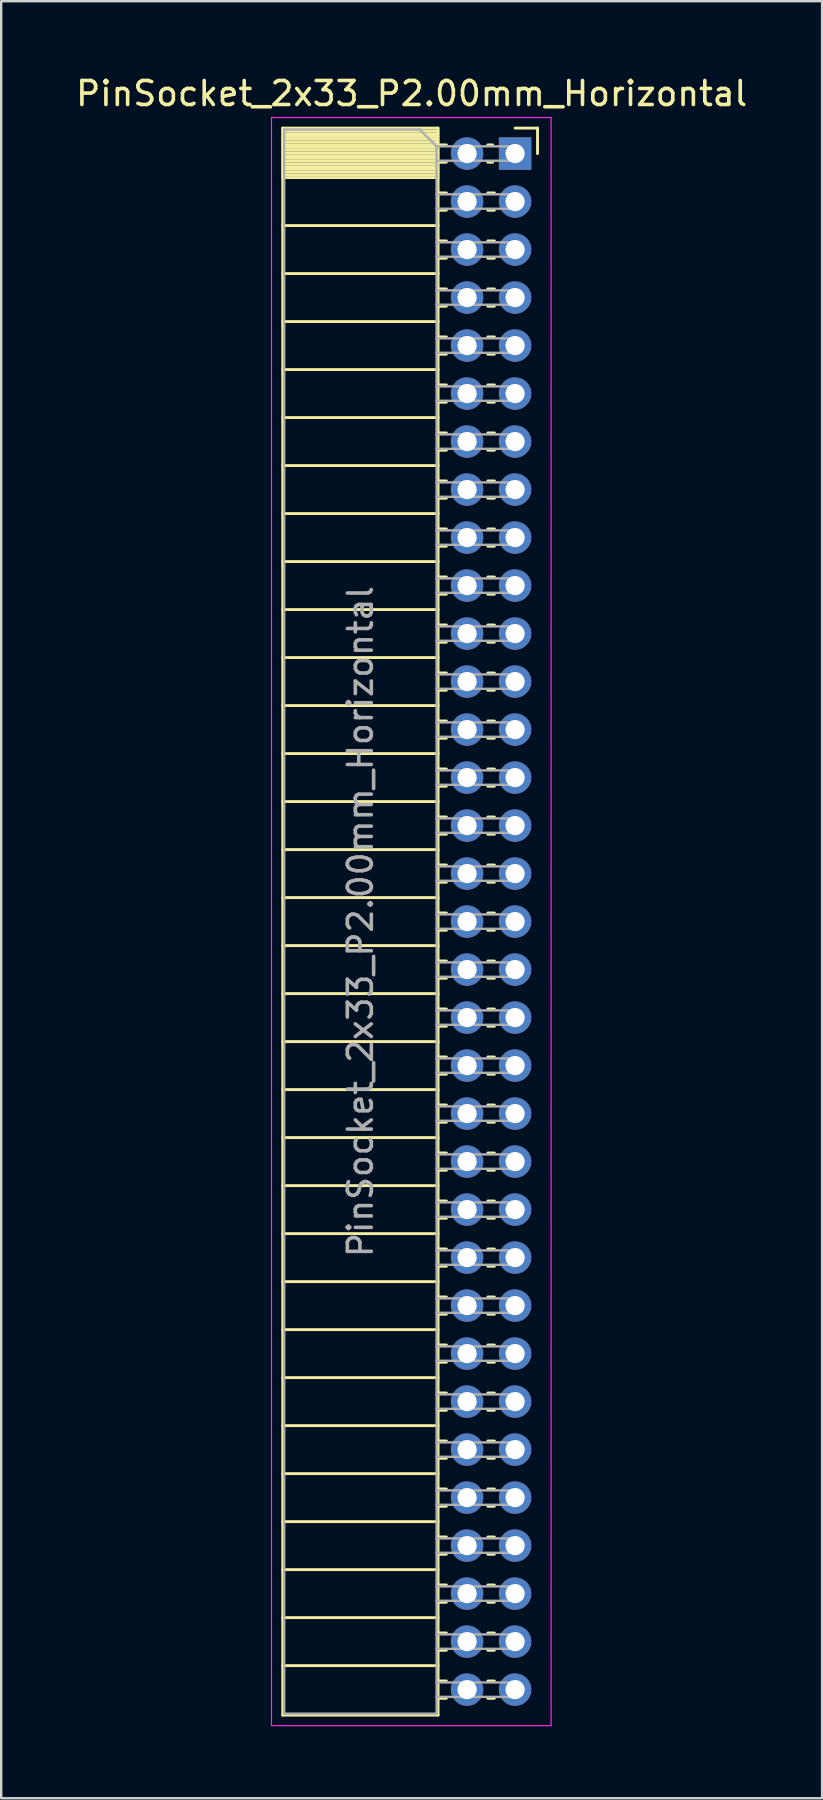
<source format=kicad_pcb>
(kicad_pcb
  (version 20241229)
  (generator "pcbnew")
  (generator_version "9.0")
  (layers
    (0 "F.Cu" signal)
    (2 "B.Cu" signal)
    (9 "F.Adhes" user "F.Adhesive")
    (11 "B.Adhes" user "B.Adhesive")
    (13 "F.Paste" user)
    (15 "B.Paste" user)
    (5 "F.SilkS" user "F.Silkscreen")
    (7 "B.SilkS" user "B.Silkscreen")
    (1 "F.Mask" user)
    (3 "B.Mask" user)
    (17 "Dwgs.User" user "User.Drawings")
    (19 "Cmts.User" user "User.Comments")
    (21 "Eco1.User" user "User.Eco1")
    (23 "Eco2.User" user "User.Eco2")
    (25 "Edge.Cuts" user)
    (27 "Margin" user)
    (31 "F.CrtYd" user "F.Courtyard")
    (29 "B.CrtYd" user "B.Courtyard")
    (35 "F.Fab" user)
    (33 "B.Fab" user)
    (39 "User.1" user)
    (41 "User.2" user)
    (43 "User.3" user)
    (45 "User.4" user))
  (footprint "PinSocket_2x33_P2.00mm_Horizontal"
    (layer "F.Cu")
    (at 18.411 3.348)
    (property "Reference" "PinSocket_2x33_P2.00mm_Horizontal" (at -4.31 -2.5 0) (layer "F.SilkS") (effects (font (size 1 1) (thickness 0.15))))
    (attr through_hole)
    (fp_line (start -9.68 -1.06) (end -9.68 65.06) (stroke (width 0.12) (type solid)) (layer "F.SilkS"))
    (fp_line (start -9.68 -1.06) (end -3.21 -1.06) (stroke (width 0.12) (type solid)) (layer "F.SilkS"))
    (fp_line (start -9.68 -0.94) (end -3.21 -0.94) (stroke (width 0.12) (type solid)) (layer "F.SilkS"))
    (fp_line (start -9.68 -0.826) (end -3.21 -0.826) (stroke (width 0.12) (type solid)) (layer "F.SilkS"))
    (fp_line (start -9.68 -0.712) (end -3.21 -0.712) (stroke (width 0.12) (type solid)) (layer "F.SilkS"))
    (fp_line (start -9.68 -0.598) (end -3.21 -0.598) (stroke (width 0.12) (type solid)) (layer "F.SilkS"))
    (fp_line (start -9.68 -0.484) (end -3.21 -0.484) (stroke (width 0.12) (type solid)) (layer "F.SilkS"))
    (fp_line (start -9.68 -0.369) (end -3.21 -0.369) (stroke (width 0.12) (type solid)) (layer "F.SilkS"))
    (fp_line (start -9.68 -0.255) (end -3.21 -0.255) (stroke (width 0.12) (type solid)) (layer "F.SilkS"))
    (fp_line (start -9.68 -0.141) (end -3.21 -0.141) (stroke (width 0.12) (type solid)) (layer "F.SilkS"))
    (fp_line (start -9.68 -0.027) (end -3.21 -0.027) (stroke (width 0.12) (type solid)) (layer "F.SilkS"))
    (fp_line (start -9.68 0.087) (end -3.21 0.087) (stroke (width 0.12) (type solid)) (layer "F.SilkS"))
    (fp_line (start -9.68 0.201) (end -3.21 0.201) (stroke (width 0.12) (type solid)) (layer "F.SilkS"))
    (fp_line (start -9.68 0.315) (end -3.21 0.315) (stroke (width 0.12) (type solid)) (layer "F.SilkS"))
    (fp_line (start -9.68 0.429) (end -3.21 0.429) (stroke (width 0.12) (type solid)) (layer "F.SilkS"))
    (fp_line (start -9.68 0.544) (end -3.21 0.544) (stroke (width 0.12) (type solid)) (layer "F.SilkS"))
    (fp_line (start -9.68 0.658) (end -3.21 0.658) (stroke (width 0.12) (type solid)) (layer "F.SilkS"))
    (fp_line (start -9.68 0.772) (end -3.21 0.772) (stroke (width 0.12) (type solid)) (layer "F.SilkS"))
    (fp_line (start -9.68 0.886) (end -3.21 0.886) (stroke (width 0.12) (type solid)) (layer "F.SilkS"))
    (fp_line (start -9.68 1) (end -3.21 1) (stroke (width 0.12) (type solid)) (layer "F.SilkS"))
    (fp_line (start -9.68 3) (end -3.21 3) (stroke (width 0.12) (type solid)) (layer "F.SilkS"))
    (fp_line (start -9.68 5) (end -3.21 5) (stroke (width 0.12) (type solid)) (layer "F.SilkS"))
    (fp_line (start -9.68 7) (end -3.21 7) (stroke (width 0.12) (type solid)) (layer "F.SilkS"))
    (fp_line (start -9.68 9) (end -3.21 9) (stroke (width 0.12) (type solid)) (layer "F.SilkS"))
    (fp_line (start -9.68 11) (end -3.21 11) (stroke (width 0.12) (type solid)) (layer "F.SilkS"))
    (fp_line (start -9.68 13) (end -3.21 13) (stroke (width 0.12) (type solid)) (layer "F.SilkS"))
    (fp_line (start -9.68 15) (end -3.21 15) (stroke (width 0.12) (type solid)) (layer "F.SilkS"))
    (fp_line (start -9.68 17) (end -3.21 17) (stroke (width 0.12) (type solid)) (layer "F.SilkS"))
    (fp_line (start -9.68 19) (end -3.21 19) (stroke (width 0.12) (type solid)) (layer "F.SilkS"))
    (fp_line (start -9.68 21) (end -3.21 21) (stroke (width 0.12) (type solid)) (layer "F.SilkS"))
    (fp_line (start -9.68 23) (end -3.21 23) (stroke (width 0.12) (type solid)) (layer "F.SilkS"))
    (fp_line (start -9.68 25) (end -3.21 25) (stroke (width 0.12) (type solid)) (layer "F.SilkS"))
    (fp_line (start -9.68 27) (end -3.21 27) (stroke (width 0.12) (type solid)) (layer "F.SilkS"))
    (fp_line (start -9.68 29) (end -3.21 29) (stroke (width 0.12) (type solid)) (layer "F.SilkS"))
    (fp_line (start -9.68 31) (end -3.21 31) (stroke (width 0.12) (type solid)) (layer "F.SilkS"))
    (fp_line (start -9.68 33) (end -3.21 33) (stroke (width 0.12) (type solid)) (layer "F.SilkS"))
    (fp_line (start -9.68 35) (end -3.21 35) (stroke (width 0.12) (type solid)) (layer "F.SilkS"))
    (fp_line (start -9.68 37) (end -3.21 37) (stroke (width 0.12) (type solid)) (layer "F.SilkS"))
    (fp_line (start -9.68 39) (end -3.21 39) (stroke (width 0.12) (type solid)) (layer "F.SilkS"))
    (fp_line (start -9.68 41) (end -3.21 41) (stroke (width 0.12) (type solid)) (layer "F.SilkS"))
    (fp_line (start -9.68 43) (end -3.21 43) (stroke (width 0.12) (type solid)) (layer "F.SilkS"))
    (fp_line (start -9.68 45) (end -3.21 45) (stroke (width 0.12) (type solid)) (layer "F.SilkS"))
    (fp_line (start -9.68 47) (end -3.21 47) (stroke (width 0.12) (type solid)) (layer "F.SilkS"))
    (fp_line (start -9.68 49) (end -3.21 49) (stroke (width 0.12) (type solid)) (layer "F.SilkS"))
    (fp_line (start -9.68 51) (end -3.21 51) (stroke (width 0.12) (type solid)) (layer "F.SilkS"))
    (fp_line (start -9.68 53) (end -3.21 53) (stroke (width 0.12) (type solid)) (layer "F.SilkS"))
    (fp_line (start -9.68 55) (end -3.21 55) (stroke (width 0.12) (type solid)) (layer "F.SilkS"))
    (fp_line (start -9.68 57) (end -3.21 57) (stroke (width 0.12) (type solid)) (layer "F.SilkS"))
    (fp_line (start -9.68 59) (end -3.21 59) (stroke (width 0.12) (type solid)) (layer "F.SilkS"))
    (fp_line (start -9.68 61) (end -3.21 61) (stroke (width 0.12) (type solid)) (layer "F.SilkS"))
    (fp_line (start -9.68 63) (end -3.21 63) (stroke (width 0.12) (type solid)) (layer "F.SilkS"))
    (fp_line (start -9.68 65.06) (end -3.21 65.06) (stroke (width 0.12) (type solid)) (layer "F.SilkS"))
    (fp_line (start -3.21 -1.06) (end -3.21 65.06) (stroke (width 0.12) (type solid)) (layer "F.SilkS"))
    (fp_line (start -3.21 -0.36) (end -2.863 -0.36) (stroke (width 0.12) (type solid)) (layer "F.SilkS"))
    (fp_line (start -3.21 0.36) (end -2.863 0.36) (stroke (width 0.12) (type solid)) (layer "F.SilkS"))
    (fp_line (start -3.21 1.64) (end -2.863 1.64) (stroke (width 0.12) (type solid)) (layer "F.SilkS"))
    (fp_line (start -3.21 2.36) (end -2.863 2.36) (stroke (width 0.12) (type solid)) (layer "F.SilkS"))
    (fp_line (start -3.21 3.64) (end -2.863 3.64) (stroke (width 0.12) (type solid)) (layer "F.SilkS"))
    (fp_line (start -3.21 4.36) (end -2.863 4.36) (stroke (width 0.12) (type solid)) (layer "F.SilkS"))
    (fp_line (start -3.21 5.64) (end -2.863 5.64) (stroke (width 0.12) (type solid)) (layer "F.SilkS"))
    (fp_line (start -3.21 6.36) (end -2.863 6.36) (stroke (width 0.12) (type solid)) (layer "F.SilkS"))
    (fp_line (start -3.21 7.64) (end -2.863 7.64) (stroke (width 0.12) (type solid)) (layer "F.SilkS"))
    (fp_line (start -3.21 8.36) (end -2.863 8.36) (stroke (width 0.12) (type solid)) (layer "F.SilkS"))
    (fp_line (start -3.21 9.64) (end -2.863 9.64) (stroke (width 0.12) (type solid)) (layer "F.SilkS"))
    (fp_line (start -3.21 10.36) (end -2.863 10.36) (stroke (width 0.12) (type solid)) (layer "F.SilkS"))
    (fp_line (start -3.21 11.64) (end -2.863 11.64) (stroke (width 0.12) (type solid)) (layer "F.SilkS"))
    (fp_line (start -3.21 12.36) (end -2.863 12.36) (stroke (width 0.12) (type solid)) (layer "F.SilkS"))
    (fp_line (start -3.21 13.64) (end -2.863 13.64) (stroke (width 0.12) (type solid)) (layer "F.SilkS"))
    (fp_line (start -3.21 14.36) (end -2.863 14.36) (stroke (width 0.12) (type solid)) (layer "F.SilkS"))
    (fp_line (start -3.21 15.64) (end -2.863 15.64) (stroke (width 0.12) (type solid)) (layer "F.SilkS"))
    (fp_line (start -3.21 16.36) (end -2.863 16.36) (stroke (width 0.12) (type solid)) (layer "F.SilkS"))
    (fp_line (start -3.21 17.64) (end -2.863 17.64) (stroke (width 0.12) (type solid)) (layer "F.SilkS"))
    (fp_line (start -3.21 18.36) (end -2.863 18.36) (stroke (width 0.12) (type solid)) (layer "F.SilkS"))
    (fp_line (start -3.21 19.64) (end -2.863 19.64) (stroke (width 0.12) (type solid)) (layer "F.SilkS"))
    (fp_line (start -3.21 20.36) (end -2.863 20.36) (stroke (width 0.12) (type solid)) (layer "F.SilkS"))
    (fp_line (start -3.21 21.64) (end -2.863 21.64) (stroke (width 0.12) (type solid)) (layer "F.SilkS"))
    (fp_line (start -3.21 22.36) (end -2.863 22.36) (stroke (width 0.12) (type solid)) (layer "F.SilkS"))
    (fp_line (start -3.21 23.64) (end -2.863 23.64) (stroke (width 0.12) (type solid)) (layer "F.SilkS"))
    (fp_line (start -3.21 24.36) (end -2.863 24.36) (stroke (width 0.12) (type solid)) (layer "F.SilkS"))
    (fp_line (start -3.21 25.64) (end -2.863 25.64) (stroke (width 0.12) (type solid)) (layer "F.SilkS"))
    (fp_line (start -3.21 26.36) (end -2.863 26.36) (stroke (width 0.12) (type solid)) (layer "F.SilkS"))
    (fp_line (start -3.21 27.64) (end -2.863 27.64) (stroke (width 0.12) (type solid)) (layer "F.SilkS"))
    (fp_line (start -3.21 28.36) (end -2.863 28.36) (stroke (width 0.12) (type solid)) (layer "F.SilkS"))
    (fp_line (start -3.21 29.64) (end -2.863 29.64) (stroke (width 0.12) (type solid)) (layer "F.SilkS"))
    (fp_line (start -3.21 30.36) (end -2.863 30.36) (stroke (width 0.12) (type solid)) (layer "F.SilkS"))
    (fp_line (start -3.21 31.64) (end -2.863 31.64) (stroke (width 0.12) (type solid)) (layer "F.SilkS"))
    (fp_line (start -3.21 32.36) (end -2.863 32.36) (stroke (width 0.12) (type solid)) (layer "F.SilkS"))
    (fp_line (start -3.21 33.64) (end -2.863 33.64) (stroke (width 0.12) (type solid)) (layer "F.SilkS"))
    (fp_line (start -3.21 34.36) (end -2.863 34.36) (stroke (width 0.12) (type solid)) (layer "F.SilkS"))
    (fp_line (start -3.21 35.64) (end -2.863 35.64) (stroke (width 0.12) (type solid)) (layer "F.SilkS"))
    (fp_line (start -3.21 36.36) (end -2.863 36.36) (stroke (width 0.12) (type solid)) (layer "F.SilkS"))
    (fp_line (start -3.21 37.64) (end -2.863 37.64) (stroke (width 0.12) (type solid)) (layer "F.SilkS"))
    (fp_line (start -3.21 38.36) (end -2.863 38.36) (stroke (width 0.12) (type solid)) (layer "F.SilkS"))
    (fp_line (start -3.21 39.64) (end -2.863 39.64) (stroke (width 0.12) (type solid)) (layer "F.SilkS"))
    (fp_line (start -3.21 40.36) (end -2.863 40.36) (stroke (width 0.12) (type solid)) (layer "F.SilkS"))
    (fp_line (start -3.21 41.64) (end -2.863 41.64) (stroke (width 0.12) (type solid)) (layer "F.SilkS"))
    (fp_line (start -3.21 42.36) (end -2.863 42.36) (stroke (width 0.12) (type solid)) (layer "F.SilkS"))
    (fp_line (start -3.21 43.64) (end -2.863 43.64) (stroke (width 0.12) (type solid)) (layer "F.SilkS"))
    (fp_line (start -3.21 44.36) (end -2.863 44.36) (stroke (width 0.12) (type solid)) (layer "F.SilkS"))
    (fp_line (start -3.21 45.64) (end -2.863 45.64) (stroke (width 0.12) (type solid)) (layer "F.SilkS"))
    (fp_line (start -3.21 46.36) (end -2.863 46.36) (stroke (width 0.12) (type solid)) (layer "F.SilkS"))
    (fp_line (start -3.21 47.64) (end -2.863 47.64) (stroke (width 0.12) (type solid)) (layer "F.SilkS"))
    (fp_line (start -3.21 48.36) (end -2.863 48.36) (stroke (width 0.12) (type solid)) (layer "F.SilkS"))
    (fp_line (start -3.21 49.64) (end -2.863 49.64) (stroke (width 0.12) (type solid)) (layer "F.SilkS"))
    (fp_line (start -3.21 50.36) (end -2.863 50.36) (stroke (width 0.12) (type solid)) (layer "F.SilkS"))
    (fp_line (start -3.21 51.64) (end -2.863 51.64) (stroke (width 0.12) (type solid)) (layer "F.SilkS"))
    (fp_line (start -3.21 52.36) (end -2.863 52.36) (stroke (width 0.12) (type solid)) (layer "F.SilkS"))
    (fp_line (start -3.21 53.64) (end -2.863 53.64) (stroke (width 0.12) (type solid)) (layer "F.SilkS"))
    (fp_line (start -3.21 54.36) (end -2.863 54.36) (stroke (width 0.12) (type solid)) (layer "F.SilkS"))
    (fp_line (start -3.21 55.64) (end -2.863 55.64) (stroke (width 0.12) (type solid)) (layer "F.SilkS"))
    (fp_line (start -3.21 56.36) (end -2.863 56.36) (stroke (width 0.12) (type solid)) (layer "F.SilkS"))
    (fp_line (start -3.21 57.64) (end -2.863 57.64) (stroke (width 0.12) (type solid)) (layer "F.SilkS"))
    (fp_line (start -3.21 58.36) (end -2.863 58.36) (stroke (width 0.12) (type solid)) (layer "F.SilkS"))
    (fp_line (start -3.21 59.64) (end -2.863 59.64) (stroke (width 0.12) (type solid)) (layer "F.SilkS"))
    (fp_line (start -3.21 60.36) (end -2.863 60.36) (stroke (width 0.12) (type solid)) (layer "F.SilkS"))
    (fp_line (start -3.21 61.64) (end -2.863 61.64) (stroke (width 0.12) (type solid)) (layer "F.SilkS"))
    (fp_line (start -3.21 62.36) (end -2.863 62.36) (stroke (width 0.12) (type solid)) (layer "F.SilkS"))
    (fp_line (start -3.21 63.64) (end -2.863 63.64) (stroke (width 0.12) (type solid)) (layer "F.SilkS"))
    (fp_line (start -3.21 64.36) (end -2.863 64.36) (stroke (width 0.12) (type solid)) (layer "F.SilkS"))
    (fp_line (start -1.137 -0.36) (end -0.935 -0.36) (stroke (width 0.12) (type solid)) (layer "F.SilkS"))
    (fp_line (start -1.137 0.36) (end -0.935 0.36) (stroke (width 0.12) (type solid)) (layer "F.SilkS"))
    (fp_line (start -1.137 1.64) (end -0.863 1.64) (stroke (width 0.12) (type solid)) (layer "F.SilkS"))
    (fp_line (start -1.137 2.36) (end -0.863 2.36) (stroke (width 0.12) (type solid)) (layer "F.SilkS"))
    (fp_line (start -1.137 3.64) (end -0.863 3.64) (stroke (width 0.12) (type solid)) (layer "F.SilkS"))
    (fp_line (start -1.137 4.36) (end -0.863 4.36) (stroke (width 0.12) (type solid)) (layer "F.SilkS"))
    (fp_line (start -1.137 5.64) (end -0.863 5.64) (stroke (width 0.12) (type solid)) (layer "F.SilkS"))
    (fp_line (start -1.137 6.36) (end -0.863 6.36) (stroke (width 0.12) (type solid)) (layer "F.SilkS"))
    (fp_line (start -1.137 7.64) (end -0.863 7.64) (stroke (width 0.12) (type solid)) (layer "F.SilkS"))
    (fp_line (start -1.137 8.36) (end -0.863 8.36) (stroke (width 0.12) (type solid)) (layer "F.SilkS"))
    (fp_line (start -1.137 9.64) (end -0.863 9.64) (stroke (width 0.12) (type solid)) (layer "F.SilkS"))
    (fp_line (start -1.137 10.36) (end -0.863 10.36) (stroke (width 0.12) (type solid)) (layer "F.SilkS"))
    (fp_line (start -1.137 11.64) (end -0.863 11.64) (stroke (width 0.12) (type solid)) (layer "F.SilkS"))
    (fp_line (start -1.137 12.36) (end -0.863 12.36) (stroke (width 0.12) (type solid)) (layer "F.SilkS"))
    (fp_line (start -1.137 13.64) (end -0.863 13.64) (stroke (width 0.12) (type solid)) (layer "F.SilkS"))
    (fp_line (start -1.137 14.36) (end -0.863 14.36) (stroke (width 0.12) (type solid)) (layer "F.SilkS"))
    (fp_line (start -1.137 15.64) (end -0.863 15.64) (stroke (width 0.12) (type solid)) (layer "F.SilkS"))
    (fp_line (start -1.137 16.36) (end -0.863 16.36) (stroke (width 0.12) (type solid)) (layer "F.SilkS"))
    (fp_line (start -1.137 17.64) (end -0.863 17.64) (stroke (width 0.12) (type solid)) (layer "F.SilkS"))
    (fp_line (start -1.137 18.36) (end -0.863 18.36) (stroke (width 0.12) (type solid)) (layer "F.SilkS"))
    (fp_line (start -1.137 19.64) (end -0.863 19.64) (stroke (width 0.12) (type solid)) (layer "F.SilkS"))
    (fp_line (start -1.137 20.36) (end -0.863 20.36) (stroke (width 0.12) (type solid)) (layer "F.SilkS"))
    (fp_line (start -1.137 21.64) (end -0.863 21.64) (stroke (width 0.12) (type solid)) (layer "F.SilkS"))
    (fp_line (start -1.137 22.36) (end -0.863 22.36) (stroke (width 0.12) (type solid)) (layer "F.SilkS"))
    (fp_line (start -1.137 23.64) (end -0.863 23.64) (stroke (width 0.12) (type solid)) (layer "F.SilkS"))
    (fp_line (start -1.137 24.36) (end -0.863 24.36) (stroke (width 0.12) (type solid)) (layer "F.SilkS"))
    (fp_line (start -1.137 25.64) (end -0.863 25.64) (stroke (width 0.12) (type solid)) (layer "F.SilkS"))
    (fp_line (start -1.137 26.36) (end -0.863 26.36) (stroke (width 0.12) (type solid)) (layer "F.SilkS"))
    (fp_line (start -1.137 27.64) (end -0.863 27.64) (stroke (width 0.12) (type solid)) (layer "F.SilkS"))
    (fp_line (start -1.137 28.36) (end -0.863 28.36) (stroke (width 0.12) (type solid)) (layer "F.SilkS"))
    (fp_line (start -1.137 29.64) (end -0.863 29.64) (stroke (width 0.12) (type solid)) (layer "F.SilkS"))
    (fp_line (start -1.137 30.36) (end -0.863 30.36) (stroke (width 0.12) (type solid)) (layer "F.SilkS"))
    (fp_line (start -1.137 31.64) (end -0.863 31.64) (stroke (width 0.12) (type solid)) (layer "F.SilkS"))
    (fp_line (start -1.137 32.36) (end -0.863 32.36) (stroke (width 0.12) (type solid)) (layer "F.SilkS"))
    (fp_line (start -1.137 33.64) (end -0.863 33.64) (stroke (width 0.12) (type solid)) (layer "F.SilkS"))
    (fp_line (start -1.137 34.36) (end -0.863 34.36) (stroke (width 0.12) (type solid)) (layer "F.SilkS"))
    (fp_line (start -1.137 35.64) (end -0.863 35.64) (stroke (width 0.12) (type solid)) (layer "F.SilkS"))
    (fp_line (start -1.137 36.36) (end -0.863 36.36) (stroke (width 0.12) (type solid)) (layer "F.SilkS"))
    (fp_line (start -1.137 37.64) (end -0.863 37.64) (stroke (width 0.12) (type solid)) (layer "F.SilkS"))
    (fp_line (start -1.137 38.36) (end -0.863 38.36) (stroke (width 0.12) (type solid)) (layer "F.SilkS"))
    (fp_line (start -1.137 39.64) (end -0.863 39.64) (stroke (width 0.12) (type solid)) (layer "F.SilkS"))
    (fp_line (start -1.137 40.36) (end -0.863 40.36) (stroke (width 0.12) (type solid)) (layer "F.SilkS"))
    (fp_line (start -1.137 41.64) (end -0.863 41.64) (stroke (width 0.12) (type solid)) (layer "F.SilkS"))
    (fp_line (start -1.137 42.36) (end -0.863 42.36) (stroke (width 0.12) (type solid)) (layer "F.SilkS"))
    (fp_line (start -1.137 43.64) (end -0.863 43.64) (stroke (width 0.12) (type solid)) (layer "F.SilkS"))
    (fp_line (start -1.137 44.36) (end -0.863 44.36) (stroke (width 0.12) (type solid)) (layer "F.SilkS"))
    (fp_line (start -1.137 45.64) (end -0.863 45.64) (stroke (width 0.12) (type solid)) (layer "F.SilkS"))
    (fp_line (start -1.137 46.36) (end -0.863 46.36) (stroke (width 0.12) (type solid)) (layer "F.SilkS"))
    (fp_line (start -1.137 47.64) (end -0.863 47.64) (stroke (width 0.12) (type solid)) (layer "F.SilkS"))
    (fp_line (start -1.137 48.36) (end -0.863 48.36) (stroke (width 0.12) (type solid)) (layer "F.SilkS"))
    (fp_line (start -1.137 49.64) (end -0.863 49.64) (stroke (width 0.12) (type solid)) (layer "F.SilkS"))
    (fp_line (start -1.137 50.36) (end -0.863 50.36) (stroke (width 0.12) (type solid)) (layer "F.SilkS"))
    (fp_line (start -1.137 51.64) (end -0.863 51.64) (stroke (width 0.12) (type solid)) (layer "F.SilkS"))
    (fp_line (start -1.137 52.36) (end -0.863 52.36) (stroke (width 0.12) (type solid)) (layer "F.SilkS"))
    (fp_line (start -1.137 53.64) (end -0.863 53.64) (stroke (width 0.12) (type solid)) (layer "F.SilkS"))
    (fp_line (start -1.137 54.36) (end -0.863 54.36) (stroke (width 0.12) (type solid)) (layer "F.SilkS"))
    (fp_line (start -1.137 55.64) (end -0.863 55.64) (stroke (width 0.12) (type solid)) (layer "F.SilkS"))
    (fp_line (start -1.137 56.36) (end -0.863 56.36) (stroke (width 0.12) (type solid)) (layer "F.SilkS"))
    (fp_line (start -1.137 57.64) (end -0.863 57.64) (stroke (width 0.12) (type solid)) (layer "F.SilkS"))
    (fp_line (start -1.137 58.36) (end -0.863 58.36) (stroke (width 0.12) (type solid)) (layer "F.SilkS"))
    (fp_line (start -1.137 59.64) (end -0.863 59.64) (stroke (width 0.12) (type solid)) (layer "F.SilkS"))
    (fp_line (start -1.137 60.36) (end -0.863 60.36) (stroke (width 0.12) (type solid)) (layer "F.SilkS"))
    (fp_line (start -1.137 61.64) (end -0.863 61.64) (stroke (width 0.12) (type solid)) (layer "F.SilkS"))
    (fp_line (start -1.137 62.36) (end -0.863 62.36) (stroke (width 0.12) (type solid)) (layer "F.SilkS"))
    (fp_line (start -1.137 63.64) (end -0.863 63.64) (stroke (width 0.12) (type solid)) (layer "F.SilkS"))
    (fp_line (start -1.137 64.36) (end -0.863 64.36) (stroke (width 0.12) (type solid)) (layer "F.SilkS"))
    (fp_line (start 0 -1.06) (end 0.935 -1.06) (stroke (width 0.12) (type solid)) (layer "F.SilkS"))
    (fp_line (start 0.935 -1.06) (end 0.935 0) (stroke (width 0.12) (type solid)) (layer "F.SilkS"))
    (fp_line (start -10.15 -1.5) (end -10.15 65.5) (stroke (width 0.05) (type solid)) (layer "F.CrtYd"))
    (fp_line (start -10.15 65.5) (end 1.5 65.5) (stroke (width 0.05) (type solid)) (layer "F.CrtYd"))
    (fp_line (start 1.5 -1.5) (end -10.15 -1.5) (stroke (width 0.05) (type solid)) (layer "F.CrtYd"))
    (fp_line (start 1.5 65.5) (end 1.5 -1.5) (stroke (width 0.05) (type solid)) (layer "F.CrtYd"))
    (fp_line (start -9.62 -1) (end -3.97 -1) (stroke (width 0.1) (type solid)) (layer "F.Fab"))
    (fp_line (start -9.62 65) (end -9.62 -1) (stroke (width 0.1) (type solid)) (layer "F.Fab"))
    (fp_line (start -3.97 -1) (end -3.27 -0.3) (stroke (width 0.1) (type solid)) (layer "F.Fab"))
    (fp_line (start -3.27 -0.3) (end -3.27 65) (stroke (width 0.1) (type solid)) (layer "F.Fab"))
    (fp_line (start -3.27 0.3) (end 0 0.3) (stroke (width 0.1) (type solid)) (layer "F.Fab"))
    (fp_line (start -3.27 2.3) (end 0 2.3) (stroke (width 0.1) (type solid)) (layer "F.Fab"))
    (fp_line (start -3.27 4.3) (end 0 4.3) (stroke (width 0.1) (type solid)) (layer "F.Fab"))
    (fp_line (start -3.27 6.3) (end 0 6.3) (stroke (width 0.1) (type solid)) (layer "F.Fab"))
    (fp_line (start -3.27 8.3) (end 0 8.3) (stroke (width 0.1) (type solid)) (layer "F.Fab"))
    (fp_line (start -3.27 10.3) (end 0 10.3) (stroke (width 0.1) (type solid)) (layer "F.Fab"))
    (fp_line (start -3.27 12.3) (end 0 12.3) (stroke (width 0.1) (type solid)) (layer "F.Fab"))
    (fp_line (start -3.27 14.3) (end 0 14.3) (stroke (width 0.1) (type solid)) (layer "F.Fab"))
    (fp_line (start -3.27 16.3) (end 0 16.3) (stroke (width 0.1) (type solid)) (layer "F.Fab"))
    (fp_line (start -3.27 18.3) (end 0 18.3) (stroke (width 0.1) (type solid)) (layer "F.Fab"))
    (fp_line (start -3.27 20.3) (end 0 20.3) (stroke (width 0.1) (type solid)) (layer "F.Fab"))
    (fp_line (start -3.27 22.3) (end 0 22.3) (stroke (width 0.1) (type solid)) (layer "F.Fab"))
    (fp_line (start -3.27 24.3) (end 0 24.3) (stroke (width 0.1) (type solid)) (layer "F.Fab"))
    (fp_line (start -3.27 26.3) (end 0 26.3) (stroke (width 0.1) (type solid)) (layer "F.Fab"))
    (fp_line (start -3.27 28.3) (end 0 28.3) (stroke (width 0.1) (type solid)) (layer "F.Fab"))
    (fp_line (start -3.27 30.3) (end 0 30.3) (stroke (width 0.1) (type solid)) (layer "F.Fab"))
    (fp_line (start -3.27 32.3) (end 0 32.3) (stroke (width 0.1) (type solid)) (layer "F.Fab"))
    (fp_line (start -3.27 34.3) (end 0 34.3) (stroke (width 0.1) (type solid)) (layer "F.Fab"))
    (fp_line (start -3.27 36.3) (end 0 36.3) (stroke (width 0.1) (type solid)) (layer "F.Fab"))
    (fp_line (start -3.27 38.3) (end 0 38.3) (stroke (width 0.1) (type solid)) (layer "F.Fab"))
    (fp_line (start -3.27 40.3) (end 0 40.3) (stroke (width 0.1) (type solid)) (layer "F.Fab"))
    (fp_line (start -3.27 42.3) (end 0 42.3) (stroke (width 0.1) (type solid)) (layer "F.Fab"))
    (fp_line (start -3.27 44.3) (end 0 44.3) (stroke (width 0.1) (type solid)) (layer "F.Fab"))
    (fp_line (start -3.27 46.3) (end 0 46.3) (stroke (width 0.1) (type solid)) (layer "F.Fab"))
    (fp_line (start -3.27 48.3) (end 0 48.3) (stroke (width 0.1) (type solid)) (layer "F.Fab"))
    (fp_line (start -3.27 50.3) (end 0 50.3) (stroke (width 0.1) (type solid)) (layer "F.Fab"))
    (fp_line (start -3.27 52.3) (end 0 52.3) (stroke (width 0.1) (type solid)) (layer "F.Fab"))
    (fp_line (start -3.27 54.3) (end 0 54.3) (stroke (width 0.1) (type solid)) (layer "F.Fab"))
    (fp_line (start -3.27 56.3) (end 0 56.3) (stroke (width 0.1) (type solid)) (layer "F.Fab"))
    (fp_line (start -3.27 58.3) (end 0 58.3) (stroke (width 0.1) (type solid)) (layer "F.Fab"))
    (fp_line (start -3.27 60.3) (end 0 60.3) (stroke (width 0.1) (type solid)) (layer "F.Fab"))
    (fp_line (start -3.27 62.3) (end 0 62.3) (stroke (width 0.1) (type solid)) (layer "F.Fab"))
    (fp_line (start -3.27 64.3) (end 0 64.3) (stroke (width 0.1) (type solid)) (layer "F.Fab"))
    (fp_line (start -3.27 65) (end -9.62 65) (stroke (width 0.1) (type solid)) (layer "F.Fab"))
    (fp_line (start 0 -0.3) (end -3.27 -0.3) (stroke (width 0.1) (type solid)) (layer "F.Fab"))
    (fp_line (start 0 0.3) (end 0 -0.3) (stroke (width 0.1) (type solid)) (layer "F.Fab"))
    (fp_line (start 0 1.7) (end -3.27 1.7) (stroke (width 0.1) (type solid)) (layer "F.Fab"))
    (fp_line (start 0 2.3) (end 0 1.7) (stroke (width 0.1) (type solid)) (layer "F.Fab"))
    (fp_line (start 0 3.7) (end -3.27 3.7) (stroke (width 0.1) (type solid)) (layer "F.Fab"))
    (fp_line (start 0 4.3) (end 0 3.7) (stroke (width 0.1) (type solid)) (layer "F.Fab"))
    (fp_line (start 0 5.7) (end -3.27 5.7) (stroke (width 0.1) (type solid)) (layer "F.Fab"))
    (fp_line (start 0 6.3) (end 0 5.7) (stroke (width 0.1) (type solid)) (layer "F.Fab"))
    (fp_line (start 0 7.7) (end -3.27 7.7) (stroke (width 0.1) (type solid)) (layer "F.Fab"))
    (fp_line (start 0 8.3) (end 0 7.7) (stroke (width 0.1) (type solid)) (layer "F.Fab"))
    (fp_line (start 0 9.7) (end -3.27 9.7) (stroke (width 0.1) (type solid)) (layer "F.Fab"))
    (fp_line (start 0 10.3) (end 0 9.7) (stroke (width 0.1) (type solid)) (layer "F.Fab"))
    (fp_line (start 0 11.7) (end -3.27 11.7) (stroke (width 0.1) (type solid)) (layer "F.Fab"))
    (fp_line (start 0 12.3) (end 0 11.7) (stroke (width 0.1) (type solid)) (layer "F.Fab"))
    (fp_line (start 0 13.7) (end -3.27 13.7) (stroke (width 0.1) (type solid)) (layer "F.Fab"))
    (fp_line (start 0 14.3) (end 0 13.7) (stroke (width 0.1) (type solid)) (layer "F.Fab"))
    (fp_line (start 0 15.7) (end -3.27 15.7) (stroke (width 0.1) (type solid)) (layer "F.Fab"))
    (fp_line (start 0 16.3) (end 0 15.7) (stroke (width 0.1) (type solid)) (layer "F.Fab"))
    (fp_line (start 0 17.7) (end -3.27 17.7) (stroke (width 0.1) (type solid)) (layer "F.Fab"))
    (fp_line (start 0 18.3) (end 0 17.7) (stroke (width 0.1) (type solid)) (layer "F.Fab"))
    (fp_line (start 0 19.7) (end -3.27 19.7) (stroke (width 0.1) (type solid)) (layer "F.Fab"))
    (fp_line (start 0 20.3) (end 0 19.7) (stroke (width 0.1) (type solid)) (layer "F.Fab"))
    (fp_line (start 0 21.7) (end -3.27 21.7) (stroke (width 0.1) (type solid)) (layer "F.Fab"))
    (fp_line (start 0 22.3) (end 0 21.7) (stroke (width 0.1) (type solid)) (layer "F.Fab"))
    (fp_line (start 0 23.7) (end -3.27 23.7) (stroke (width 0.1) (type solid)) (layer "F.Fab"))
    (fp_line (start 0 24.3) (end 0 23.7) (stroke (width 0.1) (type solid)) (layer "F.Fab"))
    (fp_line (start 0 25.7) (end -3.27 25.7) (stroke (width 0.1) (type solid)) (layer "F.Fab"))
    (fp_line (start 0 26.3) (end 0 25.7) (stroke (width 0.1) (type solid)) (layer "F.Fab"))
    (fp_line (start 0 27.7) (end -3.27 27.7) (stroke (width 0.1) (type solid)) (layer "F.Fab"))
    (fp_line (start 0 28.3) (end 0 27.7) (stroke (width 0.1) (type solid)) (layer "F.Fab"))
    (fp_line (start 0 29.7) (end -3.27 29.7) (stroke (width 0.1) (type solid)) (layer "F.Fab"))
    (fp_line (start 0 30.3) (end 0 29.7) (stroke (width 0.1) (type solid)) (layer "F.Fab"))
    (fp_line (start 0 31.7) (end -3.27 31.7) (stroke (width 0.1) (type solid)) (layer "F.Fab"))
    (fp_line (start 0 32.3) (end 0 31.7) (stroke (width 0.1) (type solid)) (layer "F.Fab"))
    (fp_line (start 0 33.7) (end -3.27 33.7) (stroke (width 0.1) (type solid)) (layer "F.Fab"))
    (fp_line (start 0 34.3) (end 0 33.7) (stroke (width 0.1) (type solid)) (layer "F.Fab"))
    (fp_line (start 0 35.7) (end -3.27 35.7) (stroke (width 0.1) (type solid)) (layer "F.Fab"))
    (fp_line (start 0 36.3) (end 0 35.7) (stroke (width 0.1) (type solid)) (layer "F.Fab"))
    (fp_line (start 0 37.7) (end -3.27 37.7) (stroke (width 0.1) (type solid)) (layer "F.Fab"))
    (fp_line (start 0 38.3) (end 0 37.7) (stroke (width 0.1) (type solid)) (layer "F.Fab"))
    (fp_line (start 0 39.7) (end -3.27 39.7) (stroke (width 0.1) (type solid)) (layer "F.Fab"))
    (fp_line (start 0 40.3) (end 0 39.7) (stroke (width 0.1) (type solid)) (layer "F.Fab"))
    (fp_line (start 0 41.7) (end -3.27 41.7) (stroke (width 0.1) (type solid)) (layer "F.Fab"))
    (fp_line (start 0 42.3) (end 0 41.7) (stroke (width 0.1) (type solid)) (layer "F.Fab"))
    (fp_line (start 0 43.7) (end -3.27 43.7) (stroke (width 0.1) (type solid)) (layer "F.Fab"))
    (fp_line (start 0 44.3) (end 0 43.7) (stroke (width 0.1) (type solid)) (layer "F.Fab"))
    (fp_line (start 0 45.7) (end -3.27 45.7) (stroke (width 0.1) (type solid)) (layer "F.Fab"))
    (fp_line (start 0 46.3) (end 0 45.7) (stroke (width 0.1) (type solid)) (layer "F.Fab"))
    (fp_line (start 0 47.7) (end -3.27 47.7) (stroke (width 0.1) (type solid)) (layer "F.Fab"))
    (fp_line (start 0 48.3) (end 0 47.7) (stroke (width 0.1) (type solid)) (layer "F.Fab"))
    (fp_line (start 0 49.7) (end -3.27 49.7) (stroke (width 0.1) (type solid)) (layer "F.Fab"))
    (fp_line (start 0 50.3) (end 0 49.7) (stroke (width 0.1) (type solid)) (layer "F.Fab"))
    (fp_line (start 0 51.7) (end -3.27 51.7) (stroke (width 0.1) (type solid)) (layer "F.Fab"))
    (fp_line (start 0 52.3) (end 0 51.7) (stroke (width 0.1) (type solid)) (layer "F.Fab"))
    (fp_line (start 0 53.7) (end -3.27 53.7) (stroke (width 0.1) (type solid)) (layer "F.Fab"))
    (fp_line (start 0 54.3) (end 0 53.7) (stroke (width 0.1) (type solid)) (layer "F.Fab"))
    (fp_line (start 0 55.7) (end -3.27 55.7) (stroke (width 0.1) (type solid)) (layer "F.Fab"))
    (fp_line (start 0 56.3) (end 0 55.7) (stroke (width 0.1) (type solid)) (layer "F.Fab"))
    (fp_line (start 0 57.7) (end -3.27 57.7) (stroke (width 0.1) (type solid)) (layer "F.Fab"))
    (fp_line (start 0 58.3) (end 0 57.7) (stroke (width 0.1) (type solid)) (layer "F.Fab"))
    (fp_line (start 0 59.7) (end -3.27 59.7) (stroke (width 0.1) (type solid)) (layer "F.Fab"))
    (fp_line (start 0 60.3) (end 0 59.7) (stroke (width 0.1) (type solid)) (layer "F.Fab"))
    (fp_line (start 0 61.7) (end -3.27 61.7) (stroke (width 0.1) (type solid)) (layer "F.Fab"))
    (fp_line (start 0 62.3) (end 0 61.7) (stroke (width 0.1) (type solid)) (layer "F.Fab"))
    (fp_line (start 0 63.7) (end -3.27 63.7) (stroke (width 0.1) (type solid)) (layer "F.Fab"))
    (fp_line (start 0 64.3) (end 0 63.7) (stroke (width 0.1) (type solid)) (layer "F.Fab"))
    (fp_text user "${REFERENCE}" (at -6.445 32 90) (layer "F.Fab") (effects (font (size 1 1) (thickness 0.15))))
    (pad "1" thru_hole rect (at 0 0) (size 1.35 1.35) (drill 0.8) (layers "*.Cu" "*.Mask"))
    (pad "2" thru_hole circle (at -2 0) (size 1.35 1.35) (drill 0.8) (layers "*.Cu" "*.Mask"))
    (pad "3" thru_hole circle (at 0 2) (size 1.35 1.35) (drill 0.8) (layers "*.Cu" "*.Mask"))
    (pad "4" thru_hole circle (at -2 2) (size 1.35 1.35) (drill 0.8) (layers "*.Cu" "*.Mask"))
    (pad "5" thru_hole circle (at 0 4) (size 1.35 1.35) (drill 0.8) (layers "*.Cu" "*.Mask"))
    (pad "6" thru_hole circle (at -2 4) (size 1.35 1.35) (drill 0.8) (layers "*.Cu" "*.Mask"))
    (pad "7" thru_hole circle (at 0 6) (size 1.35 1.35) (drill 0.8) (layers "*.Cu" "*.Mask"))
    (pad "8" thru_hole circle (at -2 6) (size 1.35 1.35) (drill 0.8) (layers "*.Cu" "*.Mask"))
    (pad "9" thru_hole circle (at 0 8) (size 1.35 1.35) (drill 0.8) (layers "*.Cu" "*.Mask"))
    (pad "10" thru_hole circle (at -2 8) (size 1.35 1.35) (drill 0.8) (layers "*.Cu" "*.Mask"))
    (pad "11" thru_hole circle (at 0 10) (size 1.35 1.35) (drill 0.8) (layers "*.Cu" "*.Mask"))
    (pad "12" thru_hole circle (at -2 10) (size 1.35 1.35) (drill 0.8) (layers "*.Cu" "*.Mask"))
    (pad "13" thru_hole circle (at 0 12) (size 1.35 1.35) (drill 0.8) (layers "*.Cu" "*.Mask"))
    (pad "14" thru_hole circle (at -2 12) (size 1.35 1.35) (drill 0.8) (layers "*.Cu" "*.Mask"))
    (pad "15" thru_hole circle (at 0 14) (size 1.35 1.35) (drill 0.8) (layers "*.Cu" "*.Mask"))
    (pad "16" thru_hole circle (at -2 14) (size 1.35 1.35) (drill 0.8) (layers "*.Cu" "*.Mask"))
    (pad "17" thru_hole circle (at 0 16) (size 1.35 1.35) (drill 0.8) (layers "*.Cu" "*.Mask"))
    (pad "18" thru_hole circle (at -2 16) (size 1.35 1.35) (drill 0.8) (layers "*.Cu" "*.Mask"))
    (pad "19" thru_hole circle (at 0 18) (size 1.35 1.35) (drill 0.8) (layers "*.Cu" "*.Mask"))
    (pad "20" thru_hole circle (at -2 18) (size 1.35 1.35) (drill 0.8) (layers "*.Cu" "*.Mask"))
    (pad "21" thru_hole circle (at 0 20) (size 1.35 1.35) (drill 0.8) (layers "*.Cu" "*.Mask"))
    (pad "22" thru_hole circle (at -2 20) (size 1.35 1.35) (drill 0.8) (layers "*.Cu" "*.Mask"))
    (pad "23" thru_hole circle (at 0 22) (size 1.35 1.35) (drill 0.8) (layers "*.Cu" "*.Mask"))
    (pad "24" thru_hole circle (at -2 22) (size 1.35 1.35) (drill 0.8) (layers "*.Cu" "*.Mask"))
    (pad "25" thru_hole circle (at 0 24) (size 1.35 1.35) (drill 0.8) (layers "*.Cu" "*.Mask"))
    (pad "26" thru_hole circle (at -2 24) (size 1.35 1.35) (drill 0.8) (layers "*.Cu" "*.Mask"))
    (pad "27" thru_hole circle (at 0 26) (size 1.35 1.35) (drill 0.8) (layers "*.Cu" "*.Mask"))
    (pad "28" thru_hole circle (at -2 26) (size 1.35 1.35) (drill 0.8) (layers "*.Cu" "*.Mask"))
    (pad "29" thru_hole circle (at 0 28) (size 1.35 1.35) (drill 0.8) (layers "*.Cu" "*.Mask"))
    (pad "30" thru_hole circle (at -2 28) (size 1.35 1.35) (drill 0.8) (layers "*.Cu" "*.Mask"))
    (pad "31" thru_hole circle (at 0 30) (size 1.35 1.35) (drill 0.8) (layers "*.Cu" "*.Mask"))
    (pad "32" thru_hole circle (at -2 30) (size 1.35 1.35) (drill 0.8) (layers "*.Cu" "*.Mask"))
    (pad "33" thru_hole circle (at 0 32) (size 1.35 1.35) (drill 0.8) (layers "*.Cu" "*.Mask"))
    (pad "34" thru_hole circle (at -2 32) (size 1.35 1.35) (drill 0.8) (layers "*.Cu" "*.Mask"))
    (pad "35" thru_hole circle (at 0 34) (size 1.35 1.35) (drill 0.8) (layers "*.Cu" "*.Mask"))
    (pad "36" thru_hole circle (at -2 34) (size 1.35 1.35) (drill 0.8) (layers "*.Cu" "*.Mask"))
    (pad "37" thru_hole circle (at 0 36) (size 1.35 1.35) (drill 0.8) (layers "*.Cu" "*.Mask"))
    (pad "38" thru_hole circle (at -2 36) (size 1.35 1.35) (drill 0.8) (layers "*.Cu" "*.Mask"))
    (pad "39" thru_hole circle (at 0 38) (size 1.35 1.35) (drill 0.8) (layers "*.Cu" "*.Mask"))
    (pad "40" thru_hole circle (at -2 38) (size 1.35 1.35) (drill 0.8) (layers "*.Cu" "*.Mask"))
    (pad "41" thru_hole circle (at 0 40) (size 1.35 1.35) (drill 0.8) (layers "*.Cu" "*.Mask"))
    (pad "42" thru_hole circle (at -2 40) (size 1.35 1.35) (drill 0.8) (layers "*.Cu" "*.Mask"))
    (pad "43" thru_hole circle (at 0 42) (size 1.35 1.35) (drill 0.8) (layers "*.Cu" "*.Mask"))
    (pad "44" thru_hole circle (at -2 42) (size 1.35 1.35) (drill 0.8) (layers "*.Cu" "*.Mask"))
    (pad "45" thru_hole circle (at 0 44) (size 1.35 1.35) (drill 0.8) (layers "*.Cu" "*.Mask"))
    (pad "46" thru_hole circle (at -2 44) (size 1.35 1.35) (drill 0.8) (layers "*.Cu" "*.Mask"))
    (pad "47" thru_hole circle (at 0 46) (size 1.35 1.35) (drill 0.8) (layers "*.Cu" "*.Mask"))
    (pad "48" thru_hole circle (at -2 46) (size 1.35 1.35) (drill 0.8) (layers "*.Cu" "*.Mask"))
    (pad "49" thru_hole circle (at 0 48) (size 1.35 1.35) (drill 0.8) (layers "*.Cu" "*.Mask"))
    (pad "50" thru_hole circle (at -2 48) (size 1.35 1.35) (drill 0.8) (layers "*.Cu" "*.Mask"))
    (pad "51" thru_hole circle (at 0 50) (size 1.35 1.35) (drill 0.8) (layers "*.Cu" "*.Mask"))
    (pad "52" thru_hole circle (at -2 50) (size 1.35 1.35) (drill 0.8) (layers "*.Cu" "*.Mask"))
    (pad "53" thru_hole circle (at 0 52) (size 1.35 1.35) (drill 0.8) (layers "*.Cu" "*.Mask"))
    (pad "54" thru_hole circle (at -2 52) (size 1.35 1.35) (drill 0.8) (layers "*.Cu" "*.Mask"))
    (pad "55" thru_hole circle (at 0 54) (size 1.35 1.35) (drill 0.8) (layers "*.Cu" "*.Mask"))
    (pad "56" thru_hole circle (at -2 54) (size 1.35 1.35) (drill 0.8) (layers "*.Cu" "*.Mask"))
    (pad "57" thru_hole circle (at 0 56) (size 1.35 1.35) (drill 0.8) (layers "*.Cu" "*.Mask"))
    (pad "58" thru_hole circle (at -2 56) (size 1.35 1.35) (drill 0.8) (layers "*.Cu" "*.Mask"))
    (pad "59" thru_hole circle (at 0 58) (size 1.35 1.35) (drill 0.8) (layers "*.Cu" "*.Mask"))
    (pad "60" thru_hole circle (at -2 58) (size 1.35 1.35) (drill 0.8) (layers "*.Cu" "*.Mask"))
    (pad "61" thru_hole circle (at 0 60) (size 1.35 1.35) (drill 0.8) (layers "*.Cu" "*.Mask"))
    (pad "62" thru_hole circle (at -2 60) (size 1.35 1.35) (drill 0.8) (layers "*.Cu" "*.Mask"))
    (pad "63" thru_hole circle (at 0 62) (size 1.35 1.35) (drill 0.8) (layers "*.Cu" "*.Mask"))
    (pad "64" thru_hole circle (at -2 62) (size 1.35 1.35) (drill 0.8) (layers "*.Cu" "*.Mask"))
    (pad "65" thru_hole circle (at 0 64) (size 1.35 1.35) (drill 0.8) (layers "*.Cu" "*.Mask"))
    (pad "66" thru_hole circle (at -2 64) (size 1.35 1.35) (drill 0.8) (layers "*.Cu" "*.Mask")))
  (gr_rect
    (start -3 -3)
    (end 31.202 71.873)
    (stroke (width 0.1) (type default))
    (fill no)
    (layer "Edge.Cuts")))
</source>
